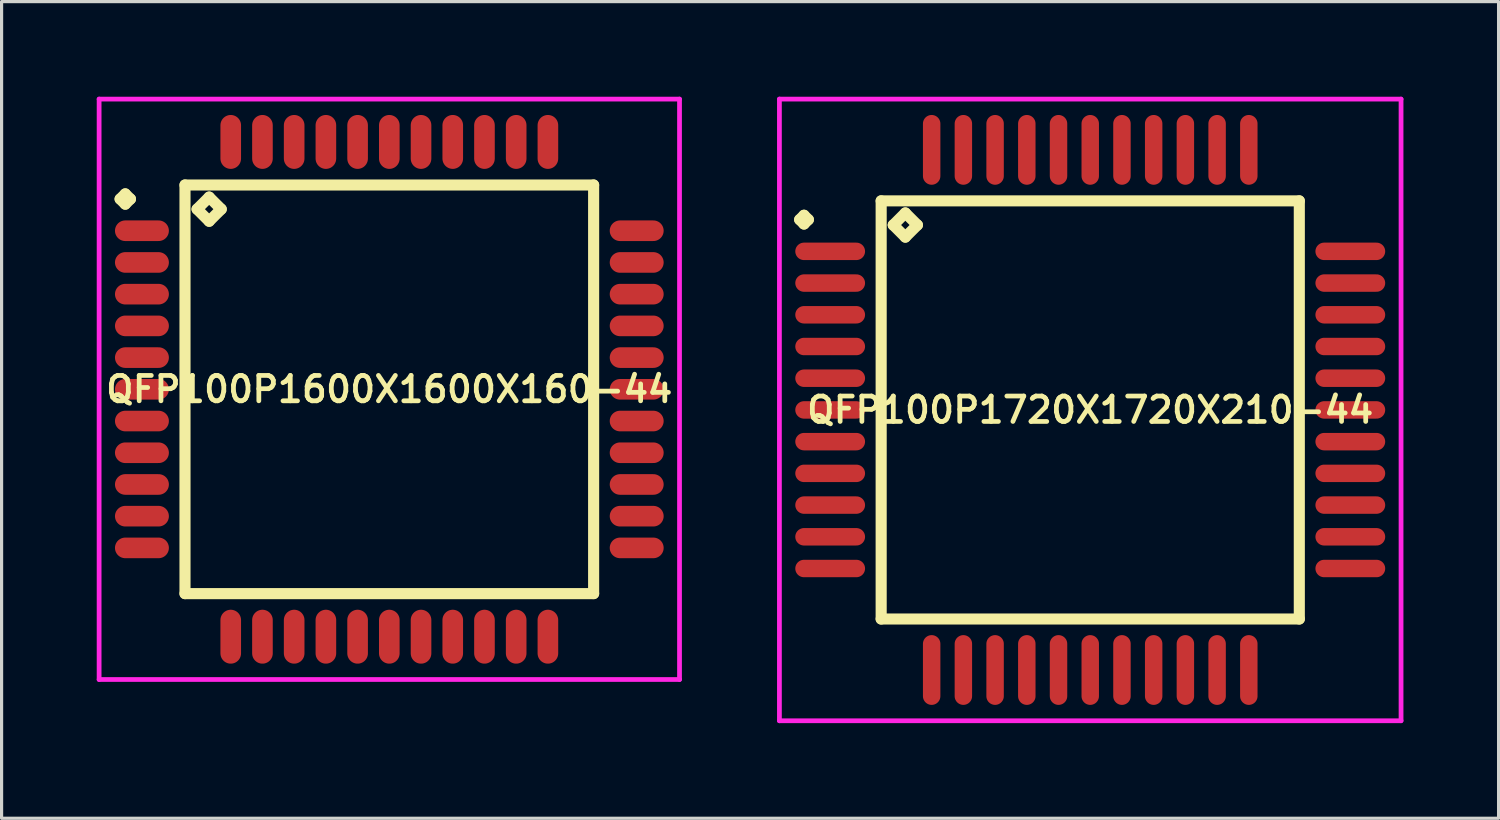
<source format=kicad_pcb>
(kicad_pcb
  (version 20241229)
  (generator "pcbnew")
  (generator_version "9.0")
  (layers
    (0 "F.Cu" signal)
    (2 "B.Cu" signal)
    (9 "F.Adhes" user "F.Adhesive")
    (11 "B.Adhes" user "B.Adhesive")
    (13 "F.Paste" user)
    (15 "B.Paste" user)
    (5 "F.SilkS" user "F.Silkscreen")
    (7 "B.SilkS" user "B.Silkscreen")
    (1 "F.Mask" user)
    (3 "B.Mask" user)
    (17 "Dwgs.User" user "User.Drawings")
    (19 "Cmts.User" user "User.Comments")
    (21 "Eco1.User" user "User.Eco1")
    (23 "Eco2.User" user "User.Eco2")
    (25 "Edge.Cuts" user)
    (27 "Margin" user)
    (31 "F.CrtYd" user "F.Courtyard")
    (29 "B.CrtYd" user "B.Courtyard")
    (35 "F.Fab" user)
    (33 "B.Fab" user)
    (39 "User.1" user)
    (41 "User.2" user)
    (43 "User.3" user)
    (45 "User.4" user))
  (footprint "QFP100P1720X1720X210-44"
    (layer "F.Cu")
    (at 31.325 9.875)
    (property "Reference" "QFP100P1720X1720X210-44" (at 0 0 0) (layer "F.SilkS") (effects (font (size 0.8 0.8) (thickness 0.15))))
    (attr smd)
    (fp_line (start -9.162 -6) (end -9.025 -6.138) (stroke (width 0.35) (type solid)) (layer "F.SilkS"))
    (fp_line (start -9.025 -6.138) (end -8.887 -6) (stroke (width 0.35) (type solid)) (layer "F.SilkS"))
    (fp_line (start -9.025 -5.862) (end -9.162 -6) (stroke (width 0.35) (type solid)) (layer "F.SilkS"))
    (fp_line (start -8.887 -6) (end -9.025 -5.862) (stroke (width 0.35) (type solid)) (layer "F.SilkS"))
    (fp_line (start -6.592 -6.592) (end -6.592 6.592) (stroke (width 0.35) (type solid)) (layer "F.SilkS"))
    (fp_line (start -6.592 6.592) (end 6.592 6.592) (stroke (width 0.35) (type solid)) (layer "F.SilkS"))
    (fp_line (start -6.211 -5.83) (end -5.83 -6.211) (stroke (width 0.35) (type solid)) (layer "F.SilkS"))
    (fp_line (start -5.83 -6.211) (end -5.449 -5.83) (stroke (width 0.35) (type solid)) (layer "F.SilkS"))
    (fp_line (start -5.83 -5.449) (end -6.211 -5.83) (stroke (width 0.35) (type solid)) (layer "F.SilkS"))
    (fp_line (start -5.449 -5.83) (end -5.83 -5.449) (stroke (width 0.35) (type solid)) (layer "F.SilkS"))
    (fp_line (start 6.592 -6.592) (end -6.592 -6.592) (stroke (width 0.35) (type solid)) (layer "F.SilkS"))
    (fp_line (start 6.592 6.592) (end 6.592 -6.592) (stroke (width 0.35) (type solid)) (layer "F.SilkS"))
    (fp_line (start -9.8 -9.8) (end 9.8 -9.8) (stroke (width 0.15) (type solid)) (layer "F.CrtYd"))
    (fp_line (start -9.8 9.8) (end -9.8 -9.8) (stroke (width 0.15) (type solid)) (layer "F.CrtYd"))
    (fp_line (start 9.8 -9.8) (end 9.8 9.8) (stroke (width 0.15) (type solid)) (layer "F.CrtYd"))
    (fp_line (start 9.8 9.8) (end -9.8 9.8) (stroke (width 0.15) (type solid)) (layer "F.CrtYd"))
    (pad "1" smd oval (at -8.2 -5) (size 2.2 0.55) (layers "F.Cu" "F.Mask" "F.Paste"))
    (pad "2" smd oval (at -8.2 -4) (size 2.2 0.55) (layers "F.Cu" "F.Mask" "F.Paste"))
    (pad "3" smd oval (at -8.2 -3) (size 2.2 0.55) (layers "F.Cu" "F.Mask" "F.Paste"))
    (pad "4" smd oval (at -8.2 -2) (size 2.2 0.55) (layers "F.Cu" "F.Mask" "F.Paste"))
    (pad "5" smd oval (at -8.2 -1) (size 2.2 0.55) (layers "F.Cu" "F.Mask" "F.Paste"))
    (pad "6" smd oval (at -8.2 0) (size 2.2 0.55) (layers "F.Cu" "F.Mask" "F.Paste"))
    (pad "7" smd oval (at -8.2 1) (size 2.2 0.55) (layers "F.Cu" "F.Mask" "F.Paste"))
    (pad "8" smd oval (at -8.2 2) (size 2.2 0.55) (layers "F.Cu" "F.Mask" "F.Paste"))
    (pad "9" smd oval (at -8.2 3) (size 2.2 0.55) (layers "F.Cu" "F.Mask" "F.Paste"))
    (pad "10" smd oval (at -8.2 4) (size 2.2 0.55) (layers "F.Cu" "F.Mask" "F.Paste"))
    (pad "11" smd oval (at -8.2 5) (size 2.2 0.55) (layers "F.Cu" "F.Mask" "F.Paste"))
    (pad "12" smd oval (at -5 8.2) (size 0.55 2.2) (layers "F.Cu" "F.Mask" "F.Paste"))
    (pad "13" smd oval (at -4 8.2) (size 0.55 2.2) (layers "F.Cu" "F.Mask" "F.Paste"))
    (pad "14" smd oval (at -3 8.2) (size 0.55 2.2) (layers "F.Cu" "F.Mask" "F.Paste"))
    (pad "15" smd oval (at -2 8.2) (size 0.55 2.2) (layers "F.Cu" "F.Mask" "F.Paste"))
    (pad "16" smd oval (at -1 8.2) (size 0.55 2.2) (layers "F.Cu" "F.Mask" "F.Paste"))
    (pad "17" smd oval (at 0 8.2) (size 0.55 2.2) (layers "F.Cu" "F.Mask" "F.Paste"))
    (pad "18" smd oval (at 1 8.2) (size 0.55 2.2) (layers "F.Cu" "F.Mask" "F.Paste"))
    (pad "19" smd oval (at 2 8.2) (size 0.55 2.2) (layers "F.Cu" "F.Mask" "F.Paste"))
    (pad "20" smd oval (at 3 8.2) (size 0.55 2.2) (layers "F.Cu" "F.Mask" "F.Paste"))
    (pad "21" smd oval (at 4 8.2) (size 0.55 2.2) (layers "F.Cu" "F.Mask" "F.Paste"))
    (pad "22" smd oval (at 5 8.2) (size 0.55 2.2) (layers "F.Cu" "F.Mask" "F.Paste"))
    (pad "23" smd oval (at 8.2 5) (size 2.2 0.55) (layers "F.Cu" "F.Mask" "F.Paste"))
    (pad "24" smd oval (at 8.2 4) (size 2.2 0.55) (layers "F.Cu" "F.Mask" "F.Paste"))
    (pad "25" smd oval (at 8.2 3) (size 2.2 0.55) (layers "F.Cu" "F.Mask" "F.Paste"))
    (pad "26" smd oval (at 8.2 2) (size 2.2 0.55) (layers "F.Cu" "F.Mask" "F.Paste"))
    (pad "27" smd oval (at 8.2 1) (size 2.2 0.55) (layers "F.Cu" "F.Mask" "F.Paste"))
    (pad "28" smd oval (at 8.2 0) (size 2.2 0.55) (layers "F.Cu" "F.Mask" "F.Paste"))
    (pad "29" smd oval (at 8.2 -1) (size 2.2 0.55) (layers "F.Cu" "F.Mask" "F.Paste"))
    (pad "30" smd oval (at 8.2 -2) (size 2.2 0.55) (layers "F.Cu" "F.Mask" "F.Paste"))
    (pad "31" smd oval (at 8.2 -3) (size 2.2 0.55) (layers "F.Cu" "F.Mask" "F.Paste"))
    (pad "32" smd oval (at 8.2 -4) (size 2.2 0.55) (layers "F.Cu" "F.Mask" "F.Paste"))
    (pad "33" smd oval (at 8.2 -5) (size 2.2 0.55) (layers "F.Cu" "F.Mask" "F.Paste"))
    (pad "34" smd oval (at 5 -8.2) (size 0.55 2.2) (layers "F.Cu" "F.Mask" "F.Paste"))
    (pad "35" smd oval (at 4 -8.2) (size 0.55 2.2) (layers "F.Cu" "F.Mask" "F.Paste"))
    (pad "36" smd oval (at 3 -8.2) (size 0.55 2.2) (layers "F.Cu" "F.Mask" "F.Paste"))
    (pad "37" smd oval (at 2 -8.2) (size 0.55 2.2) (layers "F.Cu" "F.Mask" "F.Paste"))
    (pad "38" smd oval (at 1 -8.2) (size 0.55 2.2) (layers "F.Cu" "F.Mask" "F.Paste"))
    (pad "39" smd oval (at 0 -8.2) (size 0.55 2.2) (layers "F.Cu" "F.Mask" "F.Paste"))
    (pad "40" smd oval (at -1 -8.2) (size 0.55 2.2) (layers "F.Cu" "F.Mask" "F.Paste"))
    (pad "41" smd oval (at -2 -8.2) (size 0.55 2.2) (layers "F.Cu" "F.Mask" "F.Paste"))
    (pad "42" smd oval (at -3 -8.2) (size 0.55 2.2) (layers "F.Cu" "F.Mask" "F.Paste"))
    (pad "43" smd oval (at -4 -8.2) (size 0.55 2.2) (layers "F.Cu" "F.Mask" "F.Paste"))
    (pad "44" smd oval (at -5 -8.2) (size 0.55 2.2) (layers "F.Cu" "F.Mask" "F.Paste")))
  (footprint "QFP100P1600X1600X160-44"
    (layer "F.Cu")
    (at 9.225 9.225)
    (property "Reference" "QFP100P1600X1600X160-44" (at 0 0 0) (layer "F.SilkS") (effects (font (size 0.8 0.8) (thickness 0.15))))
    (attr smd)
    (fp_line (start -8.488 -6) (end -8.325 -6.162) (stroke (width 0.35) (type solid)) (layer "F.SilkS"))
    (fp_line (start -8.325 -6.162) (end -8.162 -6) (stroke (width 0.35) (type solid)) (layer "F.SilkS"))
    (fp_line (start -8.325 -5.838) (end -8.488 -6) (stroke (width 0.35) (type solid)) (layer "F.SilkS"))
    (fp_line (start -8.162 -6) (end -8.325 -5.838) (stroke (width 0.35) (type solid)) (layer "F.SilkS"))
    (fp_line (start -6.442 -6.442) (end -6.442 6.442) (stroke (width 0.35) (type solid)) (layer "F.SilkS"))
    (fp_line (start -6.442 6.442) (end 6.442 6.442) (stroke (width 0.35) (type solid)) (layer "F.SilkS"))
    (fp_line (start -6.061 -5.68) (end -5.68 -6.061) (stroke (width 0.35) (type solid)) (layer "F.SilkS"))
    (fp_line (start -5.68 -6.061) (end -5.299 -5.68) (stroke (width 0.35) (type solid)) (layer "F.SilkS"))
    (fp_line (start -5.68 -5.299) (end -6.061 -5.68) (stroke (width 0.35) (type solid)) (layer "F.SilkS"))
    (fp_line (start -5.299 -5.68) (end -5.68 -5.299) (stroke (width 0.35) (type solid)) (layer "F.SilkS"))
    (fp_line (start 6.442 -6.442) (end -6.442 -6.442) (stroke (width 0.35) (type solid)) (layer "F.SilkS"))
    (fp_line (start 6.442 6.442) (end 6.442 -6.442) (stroke (width 0.35) (type solid)) (layer "F.SilkS"))
    (fp_line (start -9.15 -9.15) (end 9.15 -9.15) (stroke (width 0.15) (type solid)) (layer "F.CrtYd"))
    (fp_line (start -9.15 9.15) (end -9.15 -9.15) (stroke (width 0.15) (type solid)) (layer "F.CrtYd"))
    (fp_line (start 9.15 -9.15) (end 9.15 9.15) (stroke (width 0.15) (type solid)) (layer "F.CrtYd"))
    (fp_line (start 9.15 9.15) (end -9.15 9.15) (stroke (width 0.15) (type solid)) (layer "F.CrtYd"))
    (pad "1" smd oval (at -7.8 -5) (size 1.7 0.65) (layers "F.Cu" "F.Mask" "F.Paste"))
    (pad "2" smd oval (at -7.8 -4) (size 1.7 0.65) (layers "F.Cu" "F.Mask" "F.Paste"))
    (pad "3" smd oval (at -7.8 -3) (size 1.7 0.65) (layers "F.Cu" "F.Mask" "F.Paste"))
    (pad "4" smd oval (at -7.8 -2) (size 1.7 0.65) (layers "F.Cu" "F.Mask" "F.Paste"))
    (pad "5" smd oval (at -7.8 -1) (size 1.7 0.65) (layers "F.Cu" "F.Mask" "F.Paste"))
    (pad "6" smd oval (at -7.8 0) (size 1.7 0.65) (layers "F.Cu" "F.Mask" "F.Paste"))
    (pad "7" smd oval (at -7.8 1) (size 1.7 0.65) (layers "F.Cu" "F.Mask" "F.Paste"))
    (pad "8" smd oval (at -7.8 2) (size 1.7 0.65) (layers "F.Cu" "F.Mask" "F.Paste"))
    (pad "9" smd oval (at -7.8 3) (size 1.7 0.65) (layers "F.Cu" "F.Mask" "F.Paste"))
    (pad "10" smd oval (at -7.8 4) (size 1.7 0.65) (layers "F.Cu" "F.Mask" "F.Paste"))
    (pad "11" smd oval (at -7.8 5) (size 1.7 0.65) (layers "F.Cu" "F.Mask" "F.Paste"))
    (pad "12" smd oval (at -5 7.8) (size 0.65 1.7) (layers "F.Cu" "F.Mask" "F.Paste"))
    (pad "13" smd oval (at -4 7.8) (size 0.65 1.7) (layers "F.Cu" "F.Mask" "F.Paste"))
    (pad "14" smd oval (at -3 7.8) (size 0.65 1.7) (layers "F.Cu" "F.Mask" "F.Paste"))
    (pad "15" smd oval (at -2 7.8) (size 0.65 1.7) (layers "F.Cu" "F.Mask" "F.Paste"))
    (pad "16" smd oval (at -1 7.8) (size 0.65 1.7) (layers "F.Cu" "F.Mask" "F.Paste"))
    (pad "17" smd oval (at 0 7.8) (size 0.65 1.7) (layers "F.Cu" "F.Mask" "F.Paste"))
    (pad "18" smd oval (at 1 7.8) (size 0.65 1.7) (layers "F.Cu" "F.Mask" "F.Paste"))
    (pad "19" smd oval (at 2 7.8) (size 0.65 1.7) (layers "F.Cu" "F.Mask" "F.Paste"))
    (pad "20" smd oval (at 3 7.8) (size 0.65 1.7) (layers "F.Cu" "F.Mask" "F.Paste"))
    (pad "21" smd oval (at 4 7.8) (size 0.65 1.7) (layers "F.Cu" "F.Mask" "F.Paste"))
    (pad "22" smd oval (at 5 7.8) (size 0.65 1.7) (layers "F.Cu" "F.Mask" "F.Paste"))
    (pad "23" smd oval (at 7.8 5) (size 1.7 0.65) (layers "F.Cu" "F.Mask" "F.Paste"))
    (pad "24" smd oval (at 7.8 4) (size 1.7 0.65) (layers "F.Cu" "F.Mask" "F.Paste"))
    (pad "25" smd oval (at 7.8 3) (size 1.7 0.65) (layers "F.Cu" "F.Mask" "F.Paste"))
    (pad "26" smd oval (at 7.8 2) (size 1.7 0.65) (layers "F.Cu" "F.Mask" "F.Paste"))
    (pad "27" smd oval (at 7.8 1) (size 1.7 0.65) (layers "F.Cu" "F.Mask" "F.Paste"))
    (pad "28" smd oval (at 7.8 0) (size 1.7 0.65) (layers "F.Cu" "F.Mask" "F.Paste"))
    (pad "29" smd oval (at 7.8 -1) (size 1.7 0.65) (layers "F.Cu" "F.Mask" "F.Paste"))
    (pad "30" smd oval (at 7.8 -2) (size 1.7 0.65) (layers "F.Cu" "F.Mask" "F.Paste"))
    (pad "31" smd oval (at 7.8 -3) (size 1.7 0.65) (layers "F.Cu" "F.Mask" "F.Paste"))
    (pad "32" smd oval (at 7.8 -4) (size 1.7 0.65) (layers "F.Cu" "F.Mask" "F.Paste"))
    (pad "33" smd oval (at 7.8 -5) (size 1.7 0.65) (layers "F.Cu" "F.Mask" "F.Paste"))
    (pad "34" smd oval (at 5 -7.8) (size 0.65 1.7) (layers "F.Cu" "F.Mask" "F.Paste"))
    (pad "35" smd oval (at 4 -7.8) (size 0.65 1.7) (layers "F.Cu" "F.Mask" "F.Paste"))
    (pad "36" smd oval (at 3 -7.8) (size 0.65 1.7) (layers "F.Cu" "F.Mask" "F.Paste"))
    (pad "37" smd oval (at 2 -7.8) (size 0.65 1.7) (layers "F.Cu" "F.Mask" "F.Paste"))
    (pad "38" smd oval (at 1 -7.8) (size 0.65 1.7) (layers "F.Cu" "F.Mask" "F.Paste"))
    (pad "39" smd oval (at 0 -7.8) (size 0.65 1.7) (layers "F.Cu" "F.Mask" "F.Paste"))
    (pad "40" smd oval (at -1 -7.8) (size 0.65 1.7) (layers "F.Cu" "F.Mask" "F.Paste"))
    (pad "41" smd oval (at -2 -7.8) (size 0.65 1.7) (layers "F.Cu" "F.Mask" "F.Paste"))
    (pad "42" smd oval (at -3 -7.8) (size 0.65 1.7) (layers "F.Cu" "F.Mask" "F.Paste"))
    (pad "43" smd oval (at -4 -7.8) (size 0.65 1.7) (layers "F.Cu" "F.Mask" "F.Paste"))
    (pad "44" smd oval (at -5 -7.8) (size 0.65 1.7) (layers "F.Cu" "F.Mask" "F.Paste")))
  (gr_rect
    (start -3 -3)
    (end 44.2 22.75)
    (stroke (width 0.1) (type default))
    (fill no)
    (layer "Edge.Cuts")))
</source>
